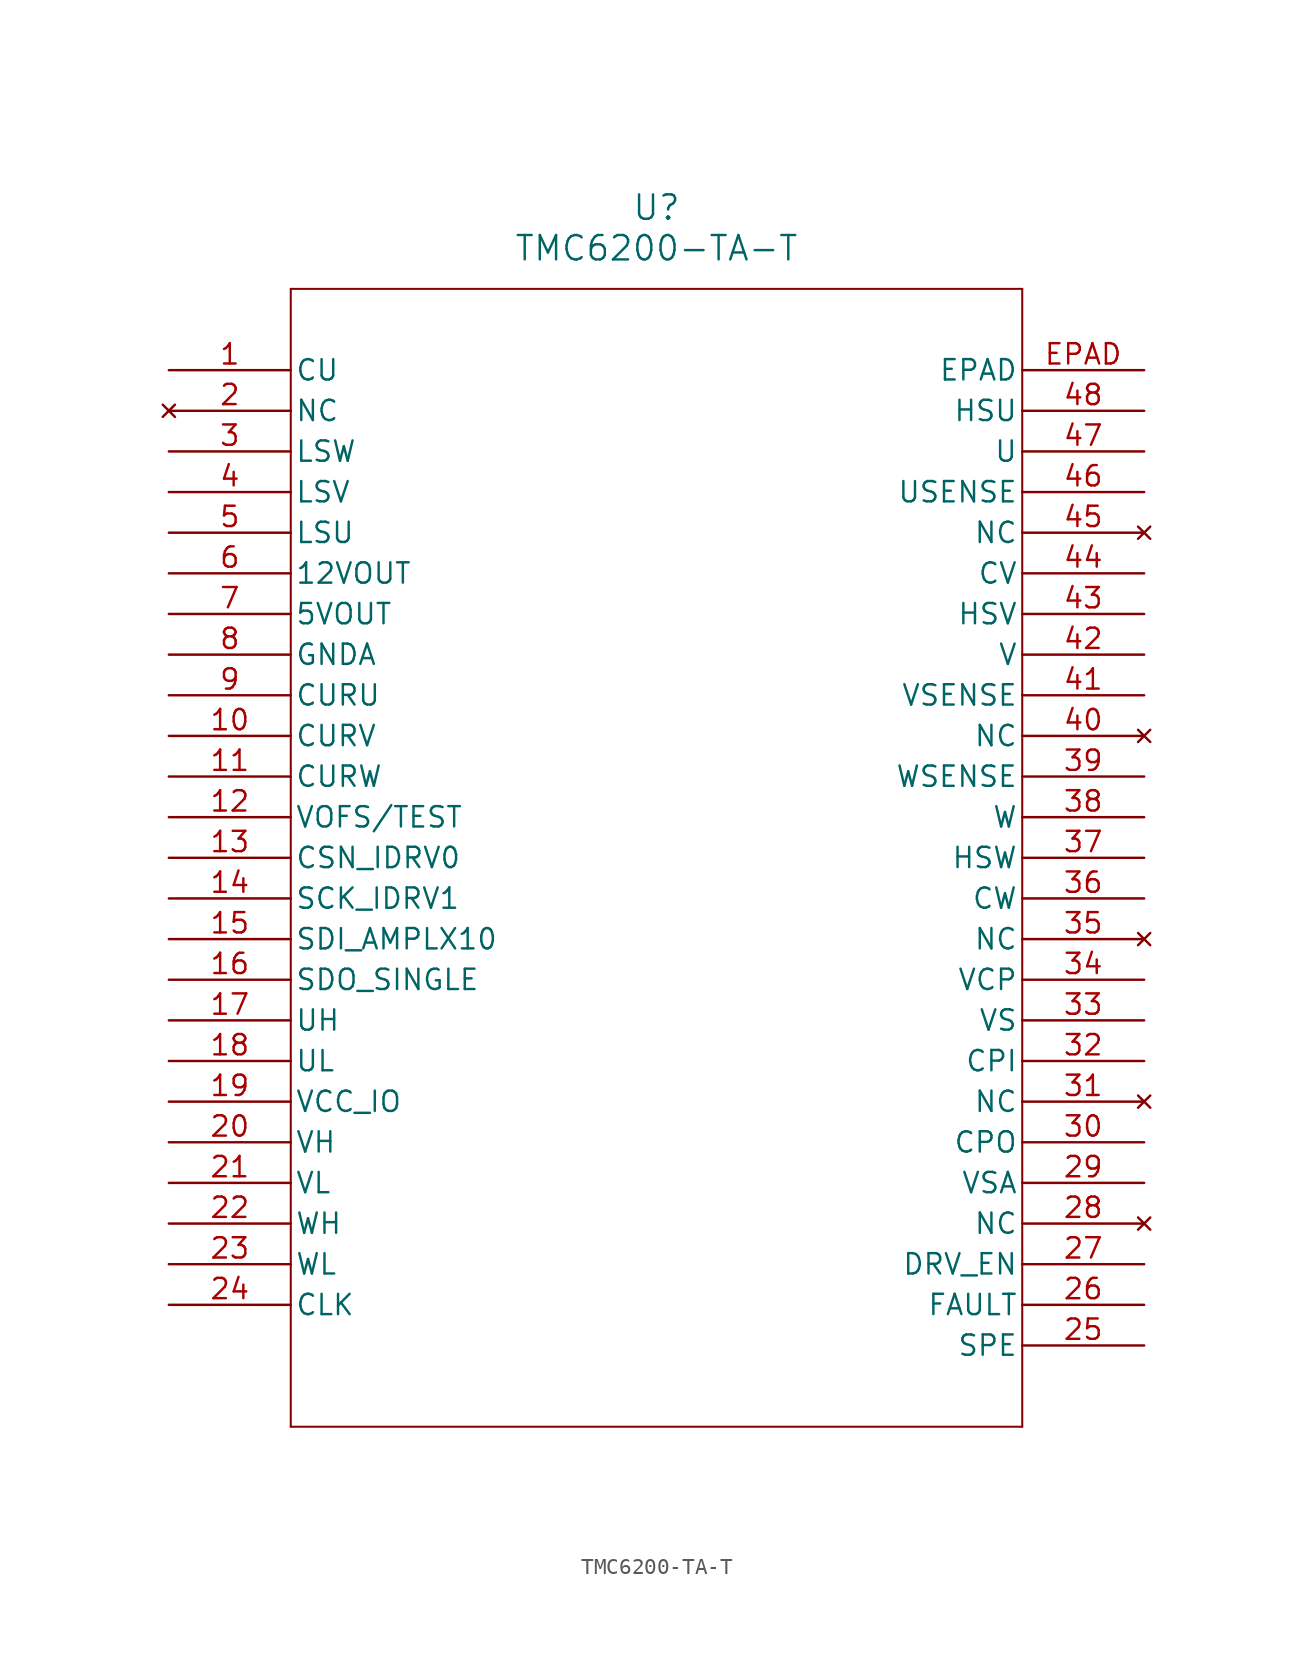
<source format=kicad_sym>
(kicad_symbol_lib
  (version 20211014)
  (generator kicad_symbol_editor)
  (symbol "TMC6200-TA-T"
    (pin_names
      (offset 0.254))
    (property "Reference" "U"
      (at 30.48 10.16 0)
      (effects (font (size 1.524 1.524))))
    (property "Value" "TMC6200-TA-T"
      (at 30.48 7.62 0)
      (effects (font (size 1.524 1.524))))
    (symbol "TMC6200-TA-T_0_1"
      (polyline (pts (xy 7.62 5.08) (xy 7.62 -66.04)) (stroke (width 0.127) (type default) (color 0 0 0 0)) (fill (type none)))
      (polyline (pts (xy 7.62 -66.04) (xy 53.34 -66.04)) (stroke (width 0.127) (type default) (color 0 0 0 0)) (fill (type none)))
      (polyline (pts (xy 53.34 -66.04) (xy 53.34 5.08)) (stroke (width 0.127) (type default) (color 0 0 0 0)) (fill (type none)))
      (polyline (pts (xy 53.34 5.08) (xy 7.62 5.08)) (stroke (width 0.127) (type default) (color 0 0 0 0)) (fill (type none)))
      (pin unspecified line (at 0 0 0) (length 7.62) (name "CU" (effects (font (size 1.27 1.27)))) (number "1" (effects (font (size 1.27 1.27)))))
      (pin no_connect line (at 0 -2.54 0) (length 7.62) (name "NC" (effects (font (size 1.27 1.27)))) (number "2" (effects (font (size 1.27 1.27)))))
      (pin output line (at 0 -5.08 0) (length 7.62) (name "LSW" (effects (font (size 1.27 1.27)))) (number "3" (effects (font (size 1.27 1.27)))))
      (pin output line (at 0 -7.62 0) (length 7.62) (name "LSV" (effects (font (size 1.27 1.27)))) (number "4" (effects (font (size 1.27 1.27)))))
      (pin output line (at 0 -10.16 0) (length 7.62) (name "LSU" (effects (font (size 1.27 1.27)))) (number "5" (effects (font (size 1.27 1.27)))))
      (pin output line (at 0 -12.7 0) (length 7.62) (name "12VOUT" (effects (font (size 1.27 1.27)))) (number "6" (effects (font (size 1.27 1.27)))))
      (pin output line (at 0 -15.24 0) (length 7.62) (name "5VOUT" (effects (font (size 1.27 1.27)))) (number "7" (effects (font (size 1.27 1.27)))))
      (pin power_in line (at 0 -17.78 0) (length 7.62) (name "GNDA" (effects (font (size 1.27 1.27)))) (number "8" (effects (font (size 1.27 1.27)))))
      (pin output line (at 0 -20.32 0) (length 7.62) (name "CURU" (effects (font (size 1.27 1.27)))) (number "9" (effects (font (size 1.27 1.27)))))
      (pin output line (at 0 -22.86 0) (length 7.62) (name "CURV" (effects (font (size 1.27 1.27)))) (number "10" (effects (font (size 1.27 1.27)))))
      (pin output line (at 0 -25.4 0) (length 7.62) (name "CURW" (effects (font (size 1.27 1.27)))) (number "11" (effects (font (size 1.27 1.27)))))
      (pin input line (at 0 -27.94 0) (length 7.62) (name "VOFS/TEST" (effects (font (size 1.27 1.27)))) (number "12" (effects (font (size 1.27 1.27)))))
      (pin input line (at 0 -30.48 0) (length 7.62) (name "CSN_IDRV0" (effects (font (size 1.27 1.27)))) (number "13" (effects (font (size 1.27 1.27)))))
      (pin input line (at 0 -33.02 0) (length 7.62) (name "SCK_IDRV1" (effects (font (size 1.27 1.27)))) (number "14" (effects (font (size 1.27 1.27)))))
      (pin input line (at 0 -35.56 0) (length 7.62) (name "SDI_AMPLX10" (effects (font (size 1.27 1.27)))) (number "15" (effects (font (size 1.27 1.27)))))
      (pin bidirectional line (at 0 -38.1 0) (length 7.62) (name "SDO_SINGLE" (effects (font (size 1.27 1.27)))) (number "16" (effects (font (size 1.27 1.27)))))
      (pin input line (at 0 -40.64 0) (length 7.62) (name "UH" (effects (font (size 1.27 1.27)))) (number "17" (effects (font (size 1.27 1.27)))))
      (pin input line (at 0 -43.18 0) (length 7.62) (name "UL" (effects (font (size 1.27 1.27)))) (number "18" (effects (font (size 1.27 1.27)))))
      (pin power_in line (at 0 -45.72 0) (length 7.62) (name "VCC_IO" (effects (font (size 1.27 1.27)))) (number "19" (effects (font (size 1.27 1.27)))))
      (pin input line (at 0 -48.26 0) (length 7.62) (name "VH" (effects (font (size 1.27 1.27)))) (number "20" (effects (font (size 1.27 1.27)))))
      (pin input line (at 0 -50.8 0) (length 7.62) (name "VL" (effects (font (size 1.27 1.27)))) (number "21" (effects (font (size 1.27 1.27)))))
      (pin input line (at 0 -53.34 0) (length 7.62) (name "WH" (effects (font (size 1.27 1.27)))) (number "22" (effects (font (size 1.27 1.27)))))
      (pin input line (at 0 -55.88 0) (length 7.62) (name "WL" (effects (font (size 1.27 1.27)))) (number "23" (effects (font (size 1.27 1.27)))))
      (pin input line (at 0 -58.42 0) (length 7.62) (name "CLK" (effects (font (size 1.27 1.27)))) (number "24" (effects (font (size 1.27 1.27)))))
      (pin input line (at 60.96 -60.96 180) (length 7.62) (name "SPE" (effects (font (size 1.27 1.27)))) (number "25" (effects (font (size 1.27 1.27)))))
      (pin output line (at 60.96 -58.42 180) (length 7.62) (name "FAULT" (effects (font (size 1.27 1.27)))) (number "26" (effects (font (size 1.27 1.27)))))
      (pin input line (at 60.96 -55.88 180) (length 7.62) (name "DRV_EN" (effects (font (size 1.27 1.27)))) (number "27" (effects (font (size 1.27 1.27)))))
      (pin no_connect line (at 60.96 -53.34 180) (length 7.62) (name "NC" (effects (font (size 1.27 1.27)))) (number "28" (effects (font (size 1.27 1.27)))))
      (pin power_in line (at 60.96 -50.8 180) (length 7.62) (name "VSA" (effects (font (size 1.27 1.27)))) (number "29" (effects (font (size 1.27 1.27)))))
      (pin output line (at 60.96 -48.26 180) (length 7.62) (name "CPO" (effects (font (size 1.27 1.27)))) (number "30" (effects (font (size 1.27 1.27)))))
      (pin no_connect line (at 60.96 -45.72 180) (length 7.62) (name "NC" (effects (font (size 1.27 1.27)))) (number "31" (effects (font (size 1.27 1.27)))))
      (pin input line (at 60.96 -43.18 180) (length 7.62) (name "CPI" (effects (font (size 1.27 1.27)))) (number "32" (effects (font (size 1.27 1.27)))))
      (pin power_in line (at 60.96 -40.64 180) (length 7.62) (name "VS" (effects (font (size 1.27 1.27)))) (number "33" (effects (font (size 1.27 1.27)))))
      (pin unspecified line (at 60.96 -38.1 180) (length 7.62) (name "VCP" (effects (font (size 1.27 1.27)))) (number "34" (effects (font (size 1.27 1.27)))))
      (pin no_connect line (at 60.96 -35.56 180) (length 7.62) (name "NC" (effects (font (size 1.27 1.27)))) (number "35" (effects (font (size 1.27 1.27)))))
      (pin unspecified line (at 60.96 -33.02 180) (length 7.62) (name "CW" (effects (font (size 1.27 1.27)))) (number "36" (effects (font (size 1.27 1.27)))))
      (pin output line (at 60.96 -30.48 180) (length 7.62) (name "HSW" (effects (font (size 1.27 1.27)))) (number "37" (effects (font (size 1.27 1.27)))))
      (pin unspecified line (at 60.96 -27.94 180) (length 7.62) (name "W" (effects (font (size 1.27 1.27)))) (number "38" (effects (font (size 1.27 1.27)))))
      (pin unspecified line (at 60.96 -25.4 180) (length 7.62) (name "WSENSE" (effects (font (size 1.27 1.27)))) (number "39" (effects (font (size 1.27 1.27)))))
      (pin no_connect line (at 60.96 -22.86 180) (length 7.62) (name "NC" (effects (font (size 1.27 1.27)))) (number "40" (effects (font (size 1.27 1.27)))))
      (pin unspecified line (at 60.96 -20.32 180) (length 7.62) (name "VSENSE" (effects (font (size 1.27 1.27)))) (number "41" (effects (font (size 1.27 1.27)))))
      (pin unspecified line (at 60.96 -17.78 180) (length 7.62) (name "V" (effects (font (size 1.27 1.27)))) (number "42" (effects (font (size 1.27 1.27)))))
      (pin output line (at 60.96 -15.24 180) (length 7.62) (name "HSV" (effects (font (size 1.27 1.27)))) (number "43" (effects (font (size 1.27 1.27)))))
      (pin unspecified line (at 60.96 -12.7 180) (length 7.62) (name "CV" (effects (font (size 1.27 1.27)))) (number "44" (effects (font (size 1.27 1.27)))))
      (pin no_connect line (at 60.96 -10.16 180) (length 7.62) (name "NC" (effects (font (size 1.27 1.27)))) (number "45" (effects (font (size 1.27 1.27)))))
      (pin unspecified line (at 60.96 -7.62 180) (length 7.62) (name "USENSE" (effects (font (size 1.27 1.27)))) (number "46" (effects (font (size 1.27 1.27)))))
      (pin unspecified line (at 60.96 -5.08 180) (length 7.62) (name "U" (effects (font (size 1.27 1.27)))) (number "47" (effects (font (size 1.27 1.27)))))
      (pin output line (at 60.96 -2.54 180) (length 7.62) (name "HSU" (effects (font (size 1.27 1.27)))) (number "48" (effects (font (size 1.27 1.27)))))
      (pin unspecified line (at 60.96 0 180) (length 7.62) (name "EPAD" (effects (font (size 1.27 1.27)))) (number "EPAD" (effects (font (size 1.27 1.27))))))))
</source>
